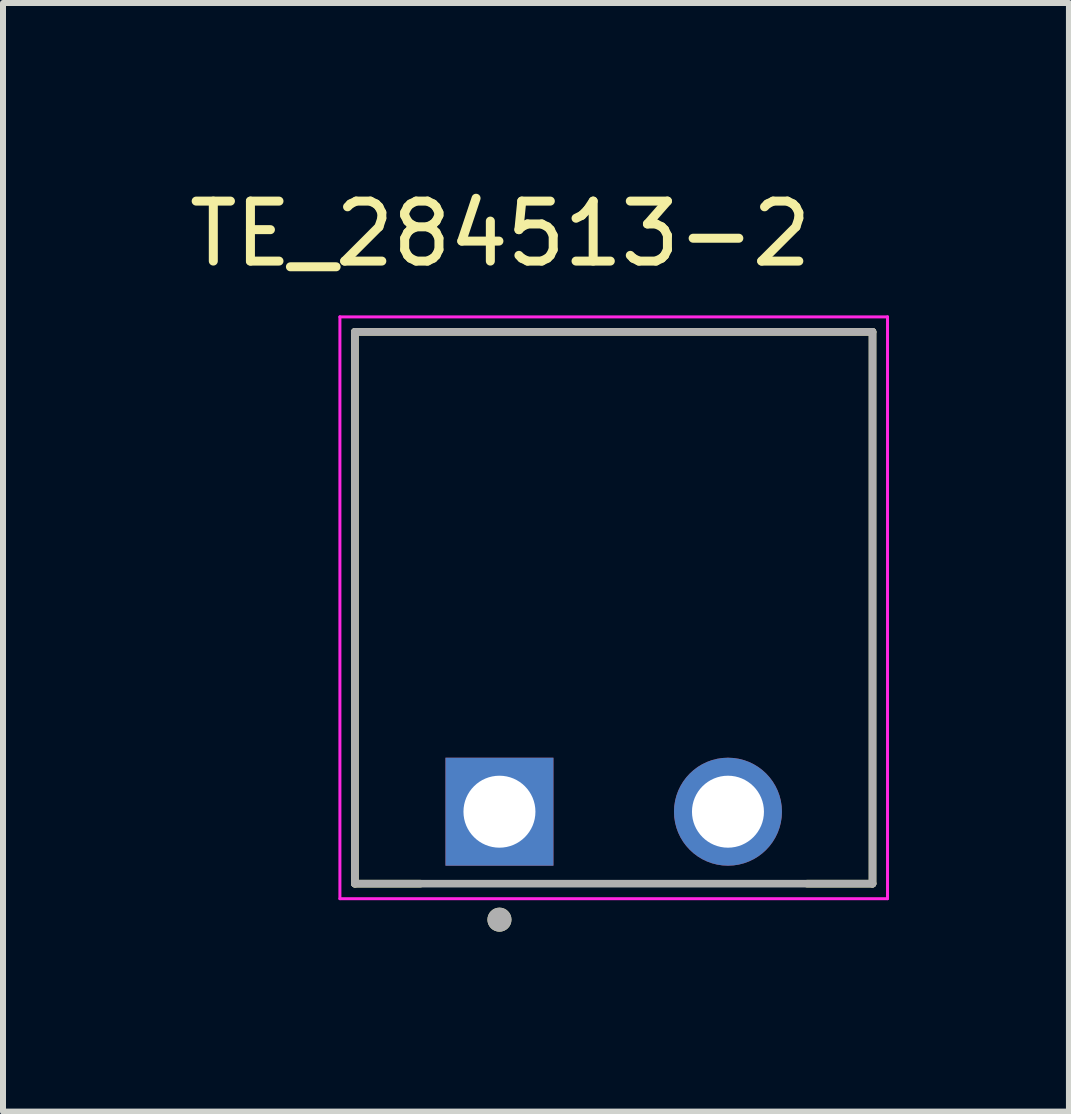
<source format=kicad_pcb>
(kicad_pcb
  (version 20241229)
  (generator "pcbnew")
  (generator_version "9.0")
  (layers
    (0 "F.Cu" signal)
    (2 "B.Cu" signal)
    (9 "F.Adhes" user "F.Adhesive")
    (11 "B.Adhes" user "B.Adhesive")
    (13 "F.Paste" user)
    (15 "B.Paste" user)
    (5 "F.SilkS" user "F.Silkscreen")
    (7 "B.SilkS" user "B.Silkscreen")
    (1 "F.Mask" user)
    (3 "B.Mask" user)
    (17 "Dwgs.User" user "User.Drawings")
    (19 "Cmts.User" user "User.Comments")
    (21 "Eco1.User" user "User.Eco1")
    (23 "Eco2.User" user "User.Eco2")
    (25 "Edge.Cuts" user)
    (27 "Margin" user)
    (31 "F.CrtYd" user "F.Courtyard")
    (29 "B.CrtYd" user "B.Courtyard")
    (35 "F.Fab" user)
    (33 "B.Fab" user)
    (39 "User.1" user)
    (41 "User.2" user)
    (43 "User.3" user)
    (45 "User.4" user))
  (footprint "TE_284513-2"
    (layer "F.Cu")
    (at 7.182 10.483)
    (property "Reference" "TE_284513-2" (at -1.89 -9.635 0) (layer "F.SilkS") (effects (font (size 1 1) (thickness 0.15))))
    (attr through_hole)
    (fp_line (start -4.315 -8) (end 4.315 -8) (stroke (width 0.127) (type solid)) (layer "F.SilkS"))
    (fp_line (start -4.315 1.2) (end -4.315 -8) (stroke (width 0.127) (type solid)) (layer "F.SilkS"))
    (fp_line (start -4.315 1.2) (end -3.225 1.2) (stroke (width 0.127) (type solid)) (layer "F.SilkS"))
    (fp_line (start 3.225 1.2) (end 4.315 1.2) (stroke (width 0.127) (type solid)) (layer "F.SilkS"))
    (fp_line (start 4.315 -8) (end 4.315 1.2) (stroke (width 0.127) (type solid)) (layer "F.SilkS"))
    (fp_circle (center -1.905 1.8) (end -1.805 1.8) (stroke (width 0.2) (type solid)) (fill no) (layer "F.SilkS"))
    (fp_line (start -4.565 -8.25) (end 4.565 -8.25) (stroke (width 0.05) (type solid)) (layer "F.CrtYd"))
    (fp_line (start -4.565 1.45) (end -4.565 -8.25) (stroke (width 0.05) (type solid)) (layer "F.CrtYd"))
    (fp_line (start 4.565 -8.25) (end 4.565 1.45) (stroke (width 0.05) (type solid)) (layer "F.CrtYd"))
    (fp_line (start 4.565 1.45) (end -4.565 1.45) (stroke (width 0.05) (type solid)) (layer "F.CrtYd"))
    (fp_line (start -4.315 -8) (end 4.315 -8) (stroke (width 0.127) (type solid)) (layer "F.Fab"))
    (fp_line (start -4.315 1.2) (end -4.315 -8) (stroke (width 0.127) (type solid)) (layer "F.Fab"))
    (fp_line (start 4.315 -8) (end 4.315 1.2) (stroke (width 0.127) (type solid)) (layer "F.Fab"))
    (fp_line (start 4.315 1.2) (end -4.315 1.2) (stroke (width 0.127) (type solid)) (layer "F.Fab"))
    (fp_circle (center -1.905 1.8) (end -1.805 1.8) (stroke (width 0.2) (type solid)) (fill no) (layer "F.Fab"))
    (pad "1" thru_hole rect (at -1.905 0) (size 1.8 1.8) (drill 1.2) (layers "*.Cu" "*.Mask"))
    (pad "2" thru_hole circle (at 1.905 0) (size 1.8 1.8) (drill 1.2) (layers "*.Cu" "*.Mask")))
  (gr_rect
    (start -3 -3)
    (end 14.772 15.483)
    (stroke (width 0.1) (type default))
    (fill no)
    (layer "Edge.Cuts")))
</source>
